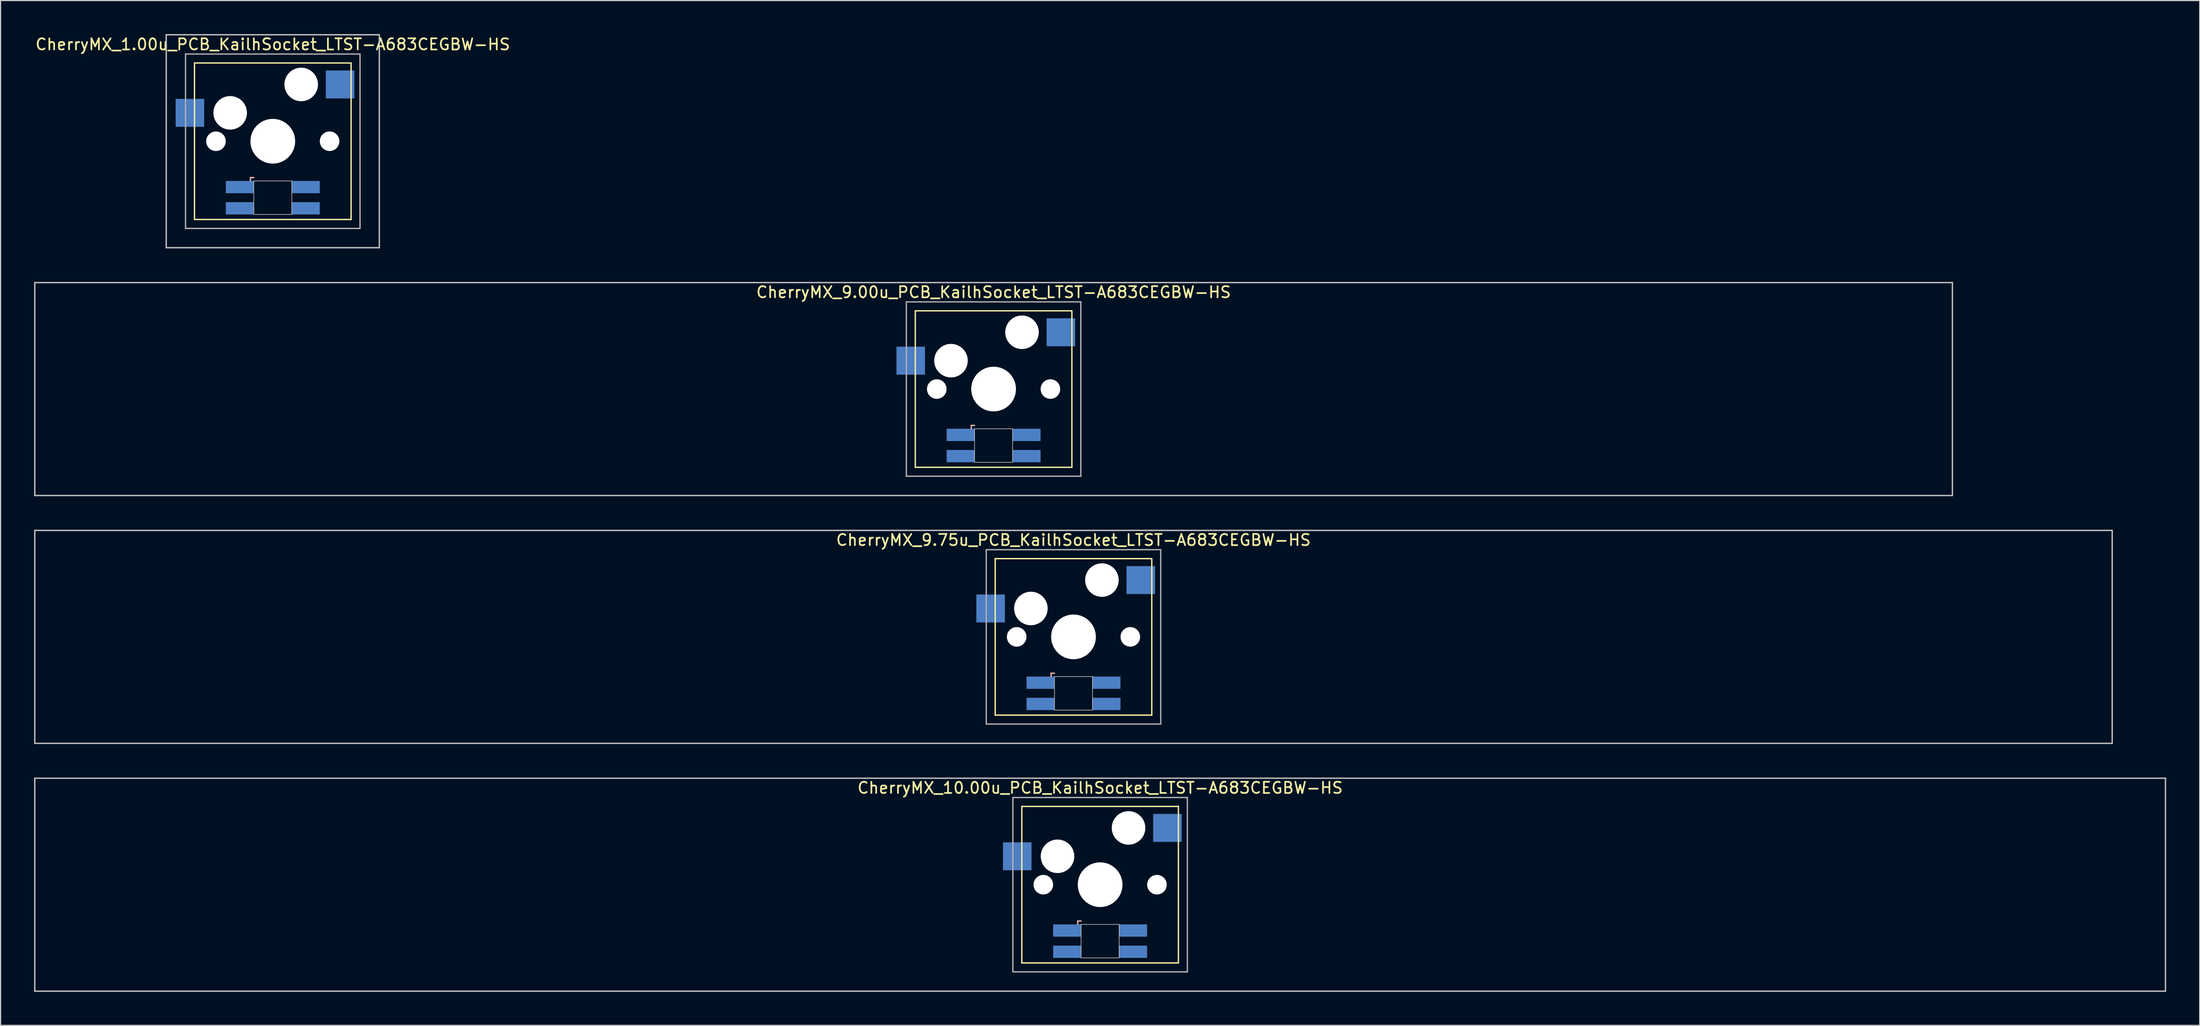
<source format=kicad_pcb>
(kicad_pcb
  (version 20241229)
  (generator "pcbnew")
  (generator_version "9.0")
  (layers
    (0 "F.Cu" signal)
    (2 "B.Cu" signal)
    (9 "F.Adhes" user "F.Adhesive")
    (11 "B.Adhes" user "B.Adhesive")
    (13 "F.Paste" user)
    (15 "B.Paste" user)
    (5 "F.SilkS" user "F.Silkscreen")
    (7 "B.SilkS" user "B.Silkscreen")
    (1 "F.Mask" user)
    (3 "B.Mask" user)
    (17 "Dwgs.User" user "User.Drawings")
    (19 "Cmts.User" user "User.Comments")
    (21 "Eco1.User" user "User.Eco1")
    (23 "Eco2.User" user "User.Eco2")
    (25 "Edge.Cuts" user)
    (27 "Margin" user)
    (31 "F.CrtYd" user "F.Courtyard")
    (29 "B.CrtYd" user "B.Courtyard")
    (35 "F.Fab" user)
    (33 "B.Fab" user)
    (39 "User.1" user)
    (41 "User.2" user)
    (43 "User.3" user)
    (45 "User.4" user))
  (footprint "CherryMX_9.75u_PCB_KailhSocket_LTST-A683CEGBW-HS"
    (layer "F.Cu")
    (at 92.929 53.925)
    (property "Reference" "CherryMX_9.75u_PCB_KailhSocket_LTST-A683CEGBW-HS" (at 0 -8.662 0) (layer "F.SilkS") (effects (font (size 1 1) (thickness 0.15))))
    (attr through_hole)
    (fp_line (start -7 -7) (end -7 7) (stroke (width 0.12) (type solid)) (layer "F.SilkS"))
    (fp_line (start -7 -7) (end 7 -7) (stroke (width 0.12) (type solid)) (layer "F.SilkS"))
    (fp_line (start 7 -7) (end 7 7) (stroke (width 0.12) (type solid)) (layer "F.SilkS"))
    (fp_line (start 7 7) (end -7 7) (stroke (width 0.12) (type solid)) (layer "F.SilkS"))
    (fp_line (start -2 3.25) (end -2 3.55) (stroke (width 0.12) (type solid)) (layer "B.SilkS"))
    (fp_line (start -1.7 3.25) (end -2 3.25) (stroke (width 0.12) (type solid)) (layer "B.SilkS"))
    (fp_line (start -92.869 -9.525) (end 92.869 -9.525) (stroke (width 0.12) (type solid)) (layer "Dwgs.User"))
    (fp_line (start -92.869 9.525) (end -92.869 -9.525) (stroke (width 0.12) (type solid)) (layer "Dwgs.User"))
    (fp_line (start 92.869 -9.525) (end 92.869 9.525) (stroke (width 0.12) (type solid)) (layer "Dwgs.User"))
    (fp_line (start 92.869 9.525) (end -92.869 9.525) (stroke (width 0.12) (type solid)) (layer "Dwgs.User"))
    (fp_line (start -1.7 3.55) (end 1.7 3.55) (stroke (width 0.05) (type solid)) (layer "Edge.Cuts"))
    (fp_line (start -1.7 6.55) (end -1.7 3.55) (stroke (width 0.05) (type solid)) (layer "Edge.Cuts"))
    (fp_line (start 1.7 3.55) (end 1.7 6.55) (stroke (width 0.05) (type solid)) (layer "Edge.Cuts"))
    (fp_line (start 1.7 6.55) (end -1.7 6.55) (stroke (width 0.05) (type solid)) (layer "Edge.Cuts"))
    (fp_line (start -7.8 -7.8) (end -7.8 7.8) (stroke (width 0.12) (type solid)) (layer "F.Fab"))
    (fp_line (start -7.8 -7.8) (end 7.8 -7.8) (stroke (width 0.12) (type solid)) (layer "F.Fab"))
    (fp_line (start -7.8 7.8) (end 7.8 7.8) (stroke (width 0.12) (type solid)) (layer "F.Fab"))
    (fp_line (start 7.8 -7.8) (end 7.8 7.8) (stroke (width 0.12) (type solid)) (layer "F.Fab"))
    (pad "" np_thru_hole circle (at -5.08 0) (size 1.75 1.75) (drill 1.75) (layers "*.Cu" "*.Mask"))
    (pad "" np_thru_hole circle (at -3.81 -2.54) (size 3 3) (drill 3) (layers "*.Cu" "*.Mask"))
    (pad "" np_thru_hole circle (at 0 0) (size 4 4) (drill 4) (layers "*.Cu" "*.Mask"))
    (pad "" np_thru_hole circle (at 2.54 -5.08) (size 3 3) (drill 3) (layers "*.Cu" "*.Mask"))
    (pad "" np_thru_hole circle (at 5.08 0) (size 1.75 1.75) (drill 1.75) (layers "*.Cu" "*.Mask"))
    (pad "1" smd rect (at -7.41 -2.54) (size 2.55 2.5) (layers "B.Cu" "B.Mask" "B.Paste"))
    (pad "2" smd rect (at 6.015 -5.08) (size 2.55 2.5) (layers "B.Cu" "B.Mask" "B.Paste"))
    (pad "3" smd rect (at -2.95 4.1) (size 2.5 1.1) (layers "B.Cu" "B.Mask" "B.Paste"))
    (pad "4" smd rect (at -2.95 6) (size 2.5 1.1) (layers "B.Cu" "B.Mask" "B.Paste"))
    (pad "5" smd rect (at 2.95 4.1) (size 2.5 1.1) (layers "B.Cu" "B.Mask" "B.Paste"))
    (pad "6" smd rect (at 2.95 6) (size 2.5 1.1) (layers "B.Cu" "B.Mask" "B.Paste")))
  (footprint "CherryMX_1.00u_PCB_KailhSocket_LTST-A683CEGBW-HS"
    (layer "F.Cu")
    (at 21.339 9.585)
    (property "Reference" "CherryMX_1.00u_PCB_KailhSocket_LTST-A683CEGBW-HS" (at 0 -8.662 0) (layer "F.SilkS") (effects (font (size 1 1) (thickness 0.15))))
    (attr through_hole)
    (fp_line (start -7 -7) (end -7 7) (stroke (width 0.12) (type solid)) (layer "F.SilkS"))
    (fp_line (start -7 -7) (end 7 -7) (stroke (width 0.12) (type solid)) (layer "F.SilkS"))
    (fp_line (start 7 -7) (end 7 7) (stroke (width 0.12) (type solid)) (layer "F.SilkS"))
    (fp_line (start 7 7) (end -7 7) (stroke (width 0.12) (type solid)) (layer "F.SilkS"))
    (fp_line (start -2 3.25) (end -2 3.55) (stroke (width 0.12) (type solid)) (layer "B.SilkS"))
    (fp_line (start -1.7 3.25) (end -2 3.25) (stroke (width 0.12) (type solid)) (layer "B.SilkS"))
    (fp_line (start -9.525 -9.525) (end 9.525 -9.525) (stroke (width 0.12) (type solid)) (layer "Dwgs.User"))
    (fp_line (start -9.525 9.525) (end -9.525 -9.525) (stroke (width 0.12) (type solid)) (layer "Dwgs.User"))
    (fp_line (start 9.525 -9.525) (end 9.525 9.525) (stroke (width 0.12) (type solid)) (layer "Dwgs.User"))
    (fp_line (start 9.525 9.525) (end -9.525 9.525) (stroke (width 0.12) (type solid)) (layer "Dwgs.User"))
    (fp_line (start -1.7 3.55) (end 1.7 3.55) (stroke (width 0.05) (type solid)) (layer "Edge.Cuts"))
    (fp_line (start -1.7 6.55) (end -1.7 3.55) (stroke (width 0.05) (type solid)) (layer "Edge.Cuts"))
    (fp_line (start 1.7 3.55) (end 1.7 6.55) (stroke (width 0.05) (type solid)) (layer "Edge.Cuts"))
    (fp_line (start 1.7 6.55) (end -1.7 6.55) (stroke (width 0.05) (type solid)) (layer "Edge.Cuts"))
    (fp_line (start -7.8 -7.8) (end -7.8 7.8) (stroke (width 0.12) (type solid)) (layer "F.Fab"))
    (fp_line (start -7.8 -7.8) (end 7.8 -7.8) (stroke (width 0.12) (type solid)) (layer "F.Fab"))
    (fp_line (start -7.8 7.8) (end 7.8 7.8) (stroke (width 0.12) (type solid)) (layer "F.Fab"))
    (fp_line (start 7.8 -7.8) (end 7.8 7.8) (stroke (width 0.12) (type solid)) (layer "F.Fab"))
    (pad "" np_thru_hole circle (at -5.08 0) (size 1.75 1.75) (drill 1.75) (layers "*.Cu" "*.Mask"))
    (pad "" np_thru_hole circle (at -3.81 -2.54) (size 3 3) (drill 3) (layers "*.Cu" "*.Mask"))
    (pad "" np_thru_hole circle (at 0 0) (size 4 4) (drill 4) (layers "*.Cu" "*.Mask"))
    (pad "" np_thru_hole circle (at 2.54 -5.08) (size 3 3) (drill 3) (layers "*.Cu" "*.Mask"))
    (pad "" np_thru_hole circle (at 5.08 0) (size 1.75 1.75) (drill 1.75) (layers "*.Cu" "*.Mask"))
    (pad "1" smd rect (at -7.41 -2.54) (size 2.55 2.5) (layers "B.Cu" "B.Mask" "B.Paste"))
    (pad "2" smd rect (at 6.015 -5.08) (size 2.55 2.5) (layers "B.Cu" "B.Mask" "B.Paste"))
    (pad "3" smd rect (at -2.95 4.1) (size 2.5 1.1) (layers "B.Cu" "B.Mask" "B.Paste"))
    (pad "4" smd rect (at -2.95 6) (size 2.5 1.1) (layers "B.Cu" "B.Mask" "B.Paste"))
    (pad "5" smd rect (at 2.95 4.1) (size 2.5 1.1) (layers "B.Cu" "B.Mask" "B.Paste"))
    (pad "6" smd rect (at 2.95 6) (size 2.5 1.1) (layers "B.Cu" "B.Mask" "B.Paste")))
  (footprint "CherryMX_9.00u_PCB_KailhSocket_LTST-A683CEGBW-HS"
    (layer "F.Cu")
    (at 85.785 31.755)
    (property "Reference" "CherryMX_9.00u_PCB_KailhSocket_LTST-A683CEGBW-HS" (at 0 -8.662 0) (layer "F.SilkS") (effects (font (size 1 1) (thickness 0.15))))
    (attr through_hole)
    (fp_line (start -7 -7) (end -7 7) (stroke (width 0.12) (type solid)) (layer "F.SilkS"))
    (fp_line (start -7 -7) (end 7 -7) (stroke (width 0.12) (type solid)) (layer "F.SilkS"))
    (fp_line (start 7 -7) (end 7 7) (stroke (width 0.12) (type solid)) (layer "F.SilkS"))
    (fp_line (start 7 7) (end -7 7) (stroke (width 0.12) (type solid)) (layer "F.SilkS"))
    (fp_line (start -2 3.25) (end -2 3.55) (stroke (width 0.12) (type solid)) (layer "B.SilkS"))
    (fp_line (start -1.7 3.25) (end -2 3.25) (stroke (width 0.12) (type solid)) (layer "B.SilkS"))
    (fp_line (start -85.725 -9.525) (end 85.725 -9.525) (stroke (width 0.12) (type solid)) (layer "Dwgs.User"))
    (fp_line (start -85.725 9.525) (end -85.725 -9.525) (stroke (width 0.12) (type solid)) (layer "Dwgs.User"))
    (fp_line (start 85.725 -9.525) (end 85.725 9.525) (stroke (width 0.12) (type solid)) (layer "Dwgs.User"))
    (fp_line (start 85.725 9.525) (end -85.725 9.525) (stroke (width 0.12) (type solid)) (layer "Dwgs.User"))
    (fp_line (start -1.7 3.55) (end 1.7 3.55) (stroke (width 0.05) (type solid)) (layer "Edge.Cuts"))
    (fp_line (start -1.7 6.55) (end -1.7 3.55) (stroke (width 0.05) (type solid)) (layer "Edge.Cuts"))
    (fp_line (start 1.7 3.55) (end 1.7 6.55) (stroke (width 0.05) (type solid)) (layer "Edge.Cuts"))
    (fp_line (start 1.7 6.55) (end -1.7 6.55) (stroke (width 0.05) (type solid)) (layer "Edge.Cuts"))
    (fp_line (start -7.8 -7.8) (end -7.8 7.8) (stroke (width 0.12) (type solid)) (layer "F.Fab"))
    (fp_line (start -7.8 -7.8) (end 7.8 -7.8) (stroke (width 0.12) (type solid)) (layer "F.Fab"))
    (fp_line (start -7.8 7.8) (end 7.8 7.8) (stroke (width 0.12) (type solid)) (layer "F.Fab"))
    (fp_line (start 7.8 -7.8) (end 7.8 7.8) (stroke (width 0.12) (type solid)) (layer "F.Fab"))
    (pad "" np_thru_hole circle (at -5.08 0) (size 1.75 1.75) (drill 1.75) (layers "*.Cu" "*.Mask"))
    (pad "" np_thru_hole circle (at -3.81 -2.54) (size 3 3) (drill 3) (layers "*.Cu" "*.Mask"))
    (pad "" np_thru_hole circle (at 0 0) (size 4 4) (drill 4) (layers "*.Cu" "*.Mask"))
    (pad "" np_thru_hole circle (at 2.54 -5.08) (size 3 3) (drill 3) (layers "*.Cu" "*.Mask"))
    (pad "" np_thru_hole circle (at 5.08 0) (size 1.75 1.75) (drill 1.75) (layers "*.Cu" "*.Mask"))
    (pad "1" smd rect (at -7.41 -2.54) (size 2.55 2.5) (layers "B.Cu" "B.Mask" "B.Paste"))
    (pad "2" smd rect (at 6.015 -5.08) (size 2.55 2.5) (layers "B.Cu" "B.Mask" "B.Paste"))
    (pad "3" smd rect (at -2.95 4.1) (size 2.5 1.1) (layers "B.Cu" "B.Mask" "B.Paste"))
    (pad "4" smd rect (at -2.95 6) (size 2.5 1.1) (layers "B.Cu" "B.Mask" "B.Paste"))
    (pad "5" smd rect (at 2.95 4.1) (size 2.5 1.1) (layers "B.Cu" "B.Mask" "B.Paste"))
    (pad "6" smd rect (at 2.95 6) (size 2.5 1.1) (layers "B.Cu" "B.Mask" "B.Paste")))
  (footprint "CherryMX_10.00u_PCB_KailhSocket_LTST-A683CEGBW-HS"
    (layer "F.Cu")
    (at 95.31 76.095)
    (property "Reference" "CherryMX_10.00u_PCB_KailhSocket_LTST-A683CEGBW-HS" (at 0 -8.662 0) (layer "F.SilkS") (effects (font (size 1 1) (thickness 0.15))))
    (attr through_hole)
    (fp_line (start -7 -7) (end -7 7) (stroke (width 0.12) (type solid)) (layer "F.SilkS"))
    (fp_line (start -7 -7) (end 7 -7) (stroke (width 0.12) (type solid)) (layer "F.SilkS"))
    (fp_line (start 7 -7) (end 7 7) (stroke (width 0.12) (type solid)) (layer "F.SilkS"))
    (fp_line (start 7 7) (end -7 7) (stroke (width 0.12) (type solid)) (layer "F.SilkS"))
    (fp_line (start -2 3.25) (end -2 3.55) (stroke (width 0.12) (type solid)) (layer "B.SilkS"))
    (fp_line (start -1.7 3.25) (end -2 3.25) (stroke (width 0.12) (type solid)) (layer "B.SilkS"))
    (fp_line (start -95.25 -9.525) (end 95.25 -9.525) (stroke (width 0.12) (type solid)) (layer "Dwgs.User"))
    (fp_line (start -95.25 9.525) (end -95.25 -9.525) (stroke (width 0.12) (type solid)) (layer "Dwgs.User"))
    (fp_line (start 95.25 -9.525) (end 95.25 9.525) (stroke (width 0.12) (type solid)) (layer "Dwgs.User"))
    (fp_line (start 95.25 9.525) (end -95.25 9.525) (stroke (width 0.12) (type solid)) (layer "Dwgs.User"))
    (fp_line (start -1.7 3.55) (end 1.7 3.55) (stroke (width 0.05) (type solid)) (layer "Edge.Cuts"))
    (fp_line (start -1.7 6.55) (end -1.7 3.55) (stroke (width 0.05) (type solid)) (layer "Edge.Cuts"))
    (fp_line (start 1.7 3.55) (end 1.7 6.55) (stroke (width 0.05) (type solid)) (layer "Edge.Cuts"))
    (fp_line (start 1.7 6.55) (end -1.7 6.55) (stroke (width 0.05) (type solid)) (layer "Edge.Cuts"))
    (fp_line (start -7.8 -7.8) (end -7.8 7.8) (stroke (width 0.12) (type solid)) (layer "F.Fab"))
    (fp_line (start -7.8 -7.8) (end 7.8 -7.8) (stroke (width 0.12) (type solid)) (layer "F.Fab"))
    (fp_line (start -7.8 7.8) (end 7.8 7.8) (stroke (width 0.12) (type solid)) (layer "F.Fab"))
    (fp_line (start 7.8 -7.8) (end 7.8 7.8) (stroke (width 0.12) (type solid)) (layer "F.Fab"))
    (pad "" np_thru_hole circle (at -5.08 0) (size 1.75 1.75) (drill 1.75) (layers "*.Cu" "*.Mask"))
    (pad "" np_thru_hole circle (at -3.81 -2.54) (size 3 3) (drill 3) (layers "*.Cu" "*.Mask"))
    (pad "" np_thru_hole circle (at 0 0) (size 4 4) (drill 4) (layers "*.Cu" "*.Mask"))
    (pad "" np_thru_hole circle (at 2.54 -5.08) (size 3 3) (drill 3) (layers "*.Cu" "*.Mask"))
    (pad "" np_thru_hole circle (at 5.08 0) (size 1.75 1.75) (drill 1.75) (layers "*.Cu" "*.Mask"))
    (pad "1" smd rect (at -7.41 -2.54) (size 2.55 2.5) (layers "B.Cu" "B.Mask" "B.Paste"))
    (pad "2" smd rect (at 6.015 -5.08) (size 2.55 2.5) (layers "B.Cu" "B.Mask" "B.Paste"))
    (pad "3" smd rect (at -2.95 4.1) (size 2.5 1.1) (layers "B.Cu" "B.Mask" "B.Paste"))
    (pad "4" smd rect (at -2.95 6) (size 2.5 1.1) (layers "B.Cu" "B.Mask" "B.Paste"))
    (pad "5" smd rect (at 2.95 4.1) (size 2.5 1.1) (layers "B.Cu" "B.Mask" "B.Paste"))
    (pad "6" smd rect (at 2.95 6) (size 2.5 1.1) (layers "B.Cu" "B.Mask" "B.Paste")))
  (gr_rect
    (start -3 -3)
    (end 193.62 88.68)
    (stroke (width 0.1) (type default))
    (fill no)
    (layer "Edge.Cuts")))
</source>
